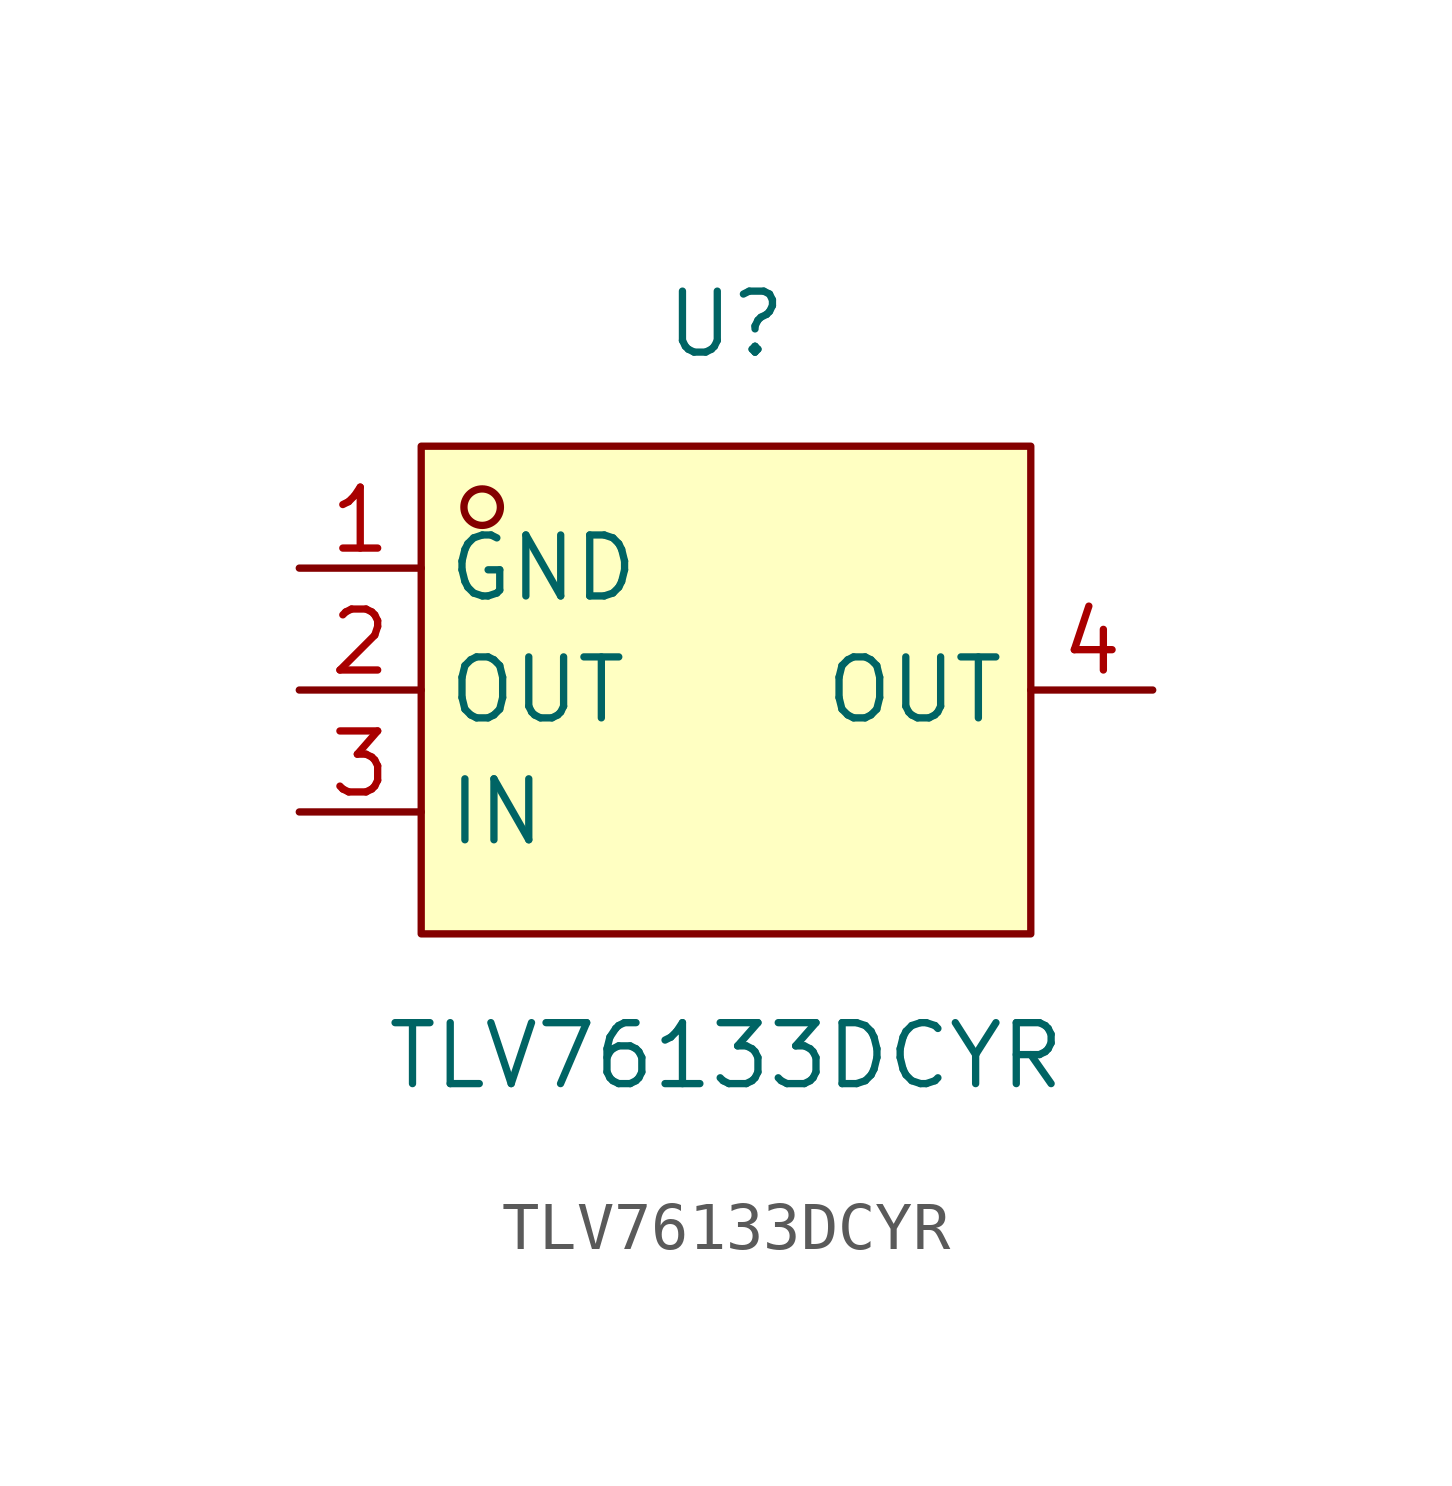
<source format=kicad_sym>
(kicad_symbol_lib
  (version 20241209)
  (generator "kicad_symbol_editor")
  (generator_version "9.0")
  (symbol "TLV76133DCYR"
    (property "Reference" "U"
      (at 0 7.62 0)
      (effects (font (size 1.27 1.27))))
    (property "Value" "TLV76133DCYR"
      (at 0 -7.62 0)
      (effects (font (size 1.27 1.27))))
    (symbol "TLV76133DCYR_0_1"
      (rectangle (start -6.35 5.08) (end 6.35 -5.08) (stroke (width 0) (type default)) (fill (type background)))
      (circle (center -5.08 3.81) (radius 0.38) (stroke (width 0) (type default)) (fill (type none)))
      (pin unspecified line (at -8.89 2.54 0) (length 2.54) (name "GND" (effects (font (size 1.27 1.27)))) (number "1" (effects (font (size 1.27 1.27)))))
      (pin unspecified line (at -8.89 0 0) (length 2.54) (name "OUT" (effects (font (size 1.27 1.27)))) (number "2" (effects (font (size 1.27 1.27)))))
      (pin unspecified line (at -8.89 -2.54 0) (length 2.54) (name "IN" (effects (font (size 1.27 1.27)))) (number "3" (effects (font (size 1.27 1.27)))))
      (pin unspecified line (at 8.89 0 180) (length 2.54) (name "OUT" (effects (font (size 1.27 1.27)))) (number "4" (effects (font (size 1.27 1.27))))))))
</source>
